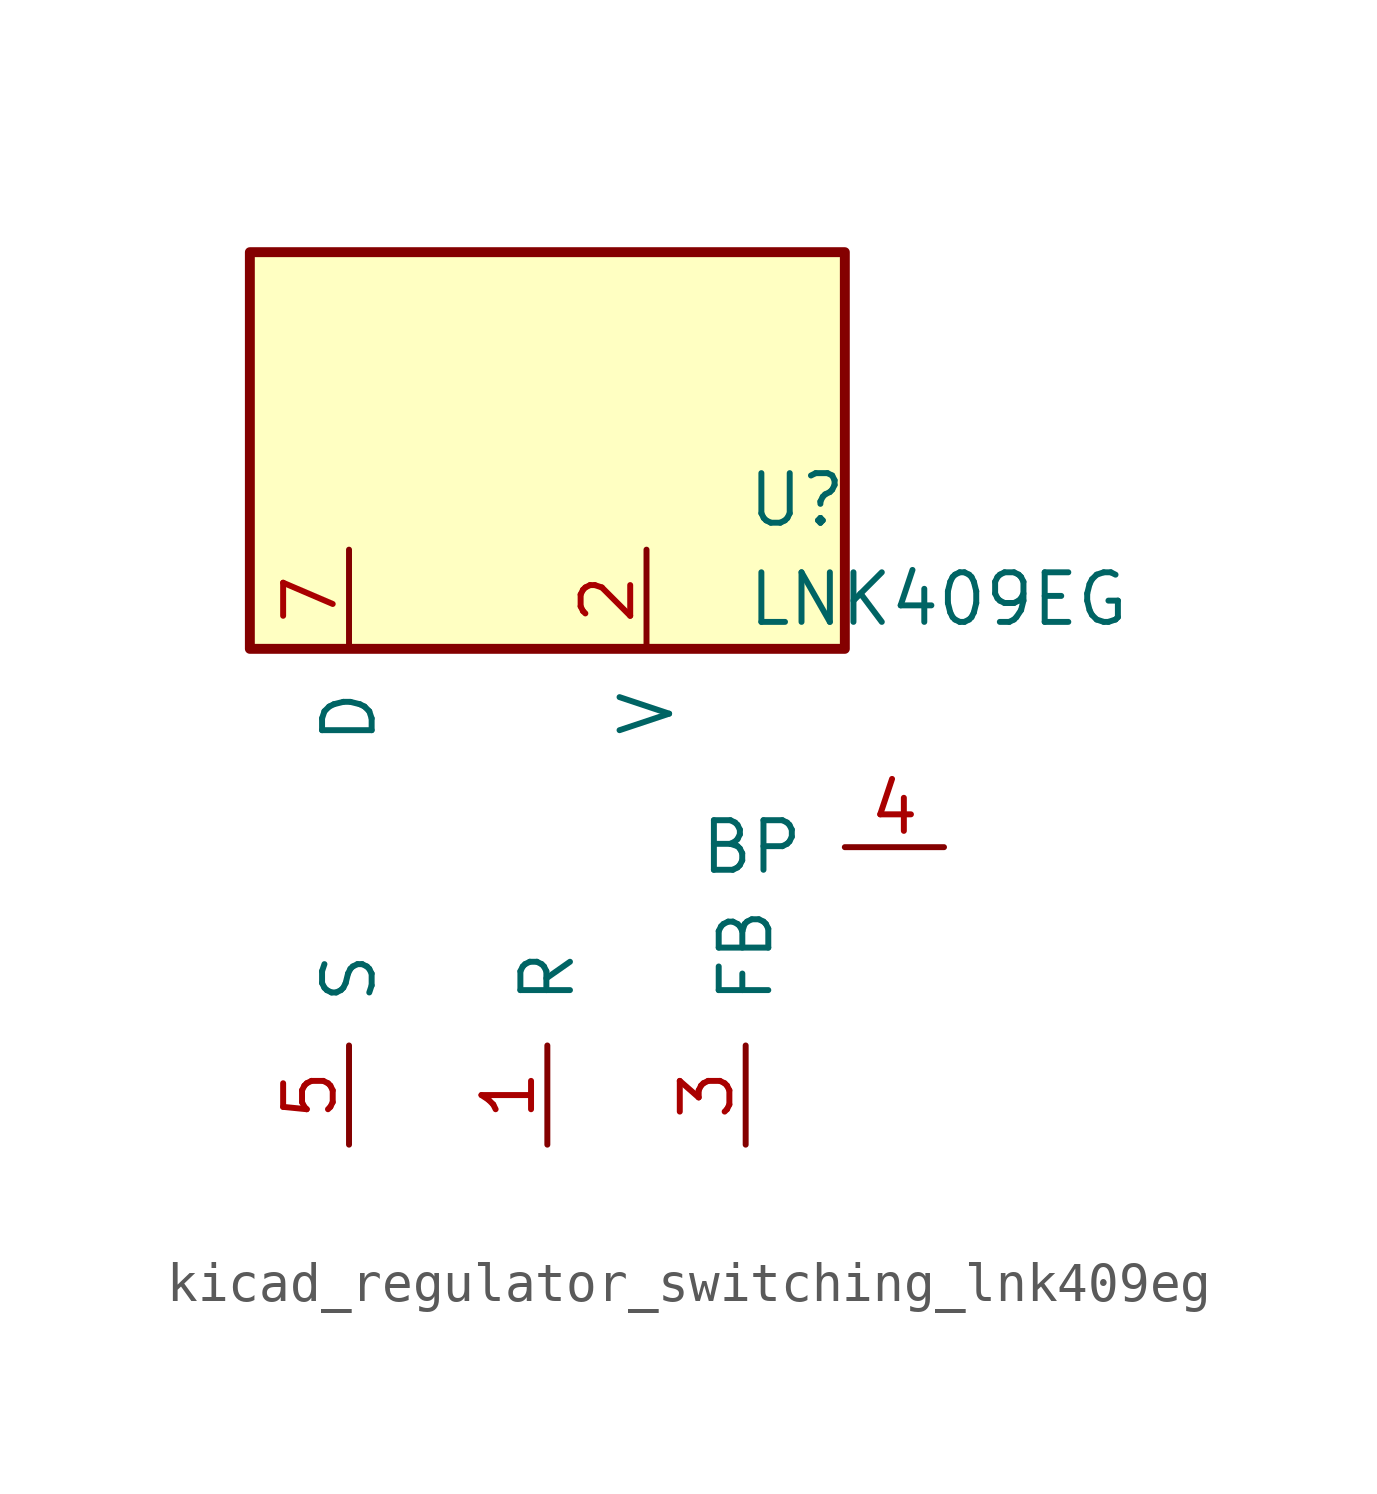
<source format=kicad_sym>
(kicad_symbol_lib
  (version 20220914)
  (generator kicad_symbol_editor)
  (symbol "kicad_regulator_switching_lnk409eg"
    (pin_names
      (offset 1.016))
    (property "Reference" "U"
      (at 5.08 8.89 0)
      (effects (font (size 1.27 1.27)) (justify left)))
    (property "Value" "LNK409EG"
      (at 5.08 6.35 0)
      (effects (font (size 1.27 1.27)) (justify left)))
    (symbol "kicad_regulator_switching_lnk409eg_0_1"
      (rectangle (start 7.62 15.24) (end -7.62 5.08) (stroke (width 0.254) (type default)) (fill (type background))))
    (symbol "kicad_regulator_switching_lnk409eg_1_1"
      (pin input line (at 0 -7.62 90) (length 2.54) (name "R" (effects (font (size 1.27 1.27)))) (number "1" (effects (font (size 1.27 1.27)))))
      (pin input line (at 2.54 7.62 270) (length 2.54) (name "V" (effects (font (size 1.27 1.27)))) (number "2" (effects (font (size 1.27 1.27)))))
      (pin input line (at 5.08 -7.62 90) (length 2.54) (name "FB" (effects (font (size 1.27 1.27)))) (number "3" (effects (font (size 1.27 1.27)))))
      (pin input line (at 10.16 0 180) (length 2.54) (name "BP" (effects (font (size 1.27 1.27)))) (number "4" (effects (font (size 1.27 1.27)))))
      (pin power_in line (at -5.08 -7.62 90) (length 2.54) (name "S" (effects (font (size 1.27 1.27)))) (number "5" (effects (font (size 1.27 1.27)))))
      (pin open_collector line (at -5.08 7.62 270) (length 2.54) (name "D" (effects (font (size 1.27 1.27)))) (number "7" (effects (font (size 1.27 1.27))))))))
</source>
